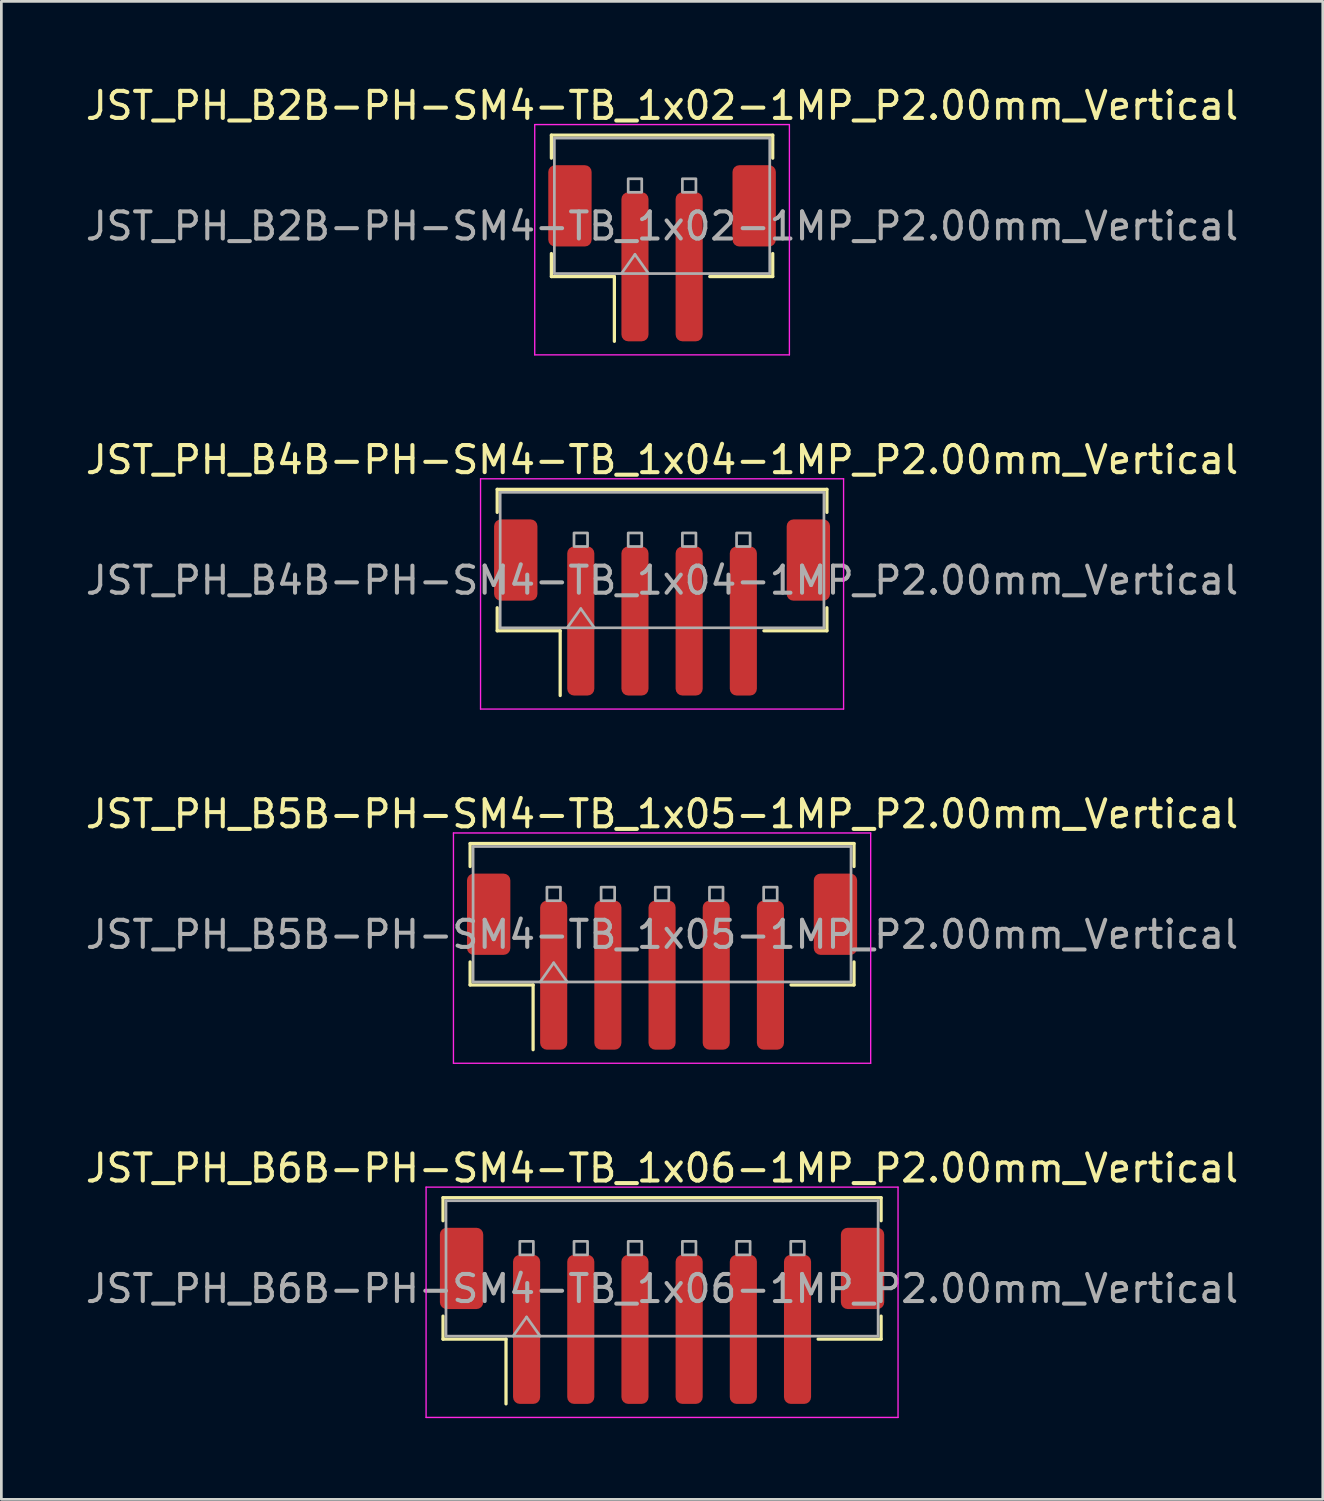
<source format=kicad_pcb>
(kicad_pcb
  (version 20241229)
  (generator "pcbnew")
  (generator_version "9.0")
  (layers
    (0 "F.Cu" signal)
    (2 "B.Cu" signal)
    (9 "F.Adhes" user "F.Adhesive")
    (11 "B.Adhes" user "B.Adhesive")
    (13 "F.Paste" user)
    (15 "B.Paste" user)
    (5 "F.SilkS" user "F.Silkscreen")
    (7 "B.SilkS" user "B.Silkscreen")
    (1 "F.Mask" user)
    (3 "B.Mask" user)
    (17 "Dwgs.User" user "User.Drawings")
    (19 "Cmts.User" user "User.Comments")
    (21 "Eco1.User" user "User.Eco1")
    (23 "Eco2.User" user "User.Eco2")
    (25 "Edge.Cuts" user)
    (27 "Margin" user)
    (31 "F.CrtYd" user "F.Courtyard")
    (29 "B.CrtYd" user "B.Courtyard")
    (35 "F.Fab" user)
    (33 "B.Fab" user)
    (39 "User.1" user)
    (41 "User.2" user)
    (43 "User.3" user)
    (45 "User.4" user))
  (footprint "JST_PH_B2B-PH-SM4-TB_1x02-1MP_P2.00mm_Vertical"
    (layer "F.Cu")
    (at 21.387 6.298)
    (property "Reference" "JST_PH_B2B-PH-SM4-TB_1x02-1MP_P2.00mm_Vertical" (at 0 -5.45 0) (layer "F.SilkS") (effects (font (size 1 1) (thickness 0.15))))
    (attr smd)
    (fp_line (start -4.085 -4.36) (end 4.085 -4.36) (stroke (width 0.12) (type solid)) (layer "F.SilkS"))
    (fp_line (start -4.085 -3.51) (end -4.085 -4.36) (stroke (width 0.12) (type solid)) (layer "F.SilkS"))
    (fp_line (start -4.085 0.01) (end -4.085 0.86) (stroke (width 0.12) (type solid)) (layer "F.SilkS"))
    (fp_line (start -4.085 0.86) (end -1.76 0.86) (stroke (width 0.12) (type solid)) (layer "F.SilkS"))
    (fp_line (start -1.76 0.86) (end -1.76 3.25) (stroke (width 0.12) (type solid)) (layer "F.SilkS"))
    (fp_line (start 4.085 -4.36) (end 4.085 -3.51) (stroke (width 0.12) (type solid)) (layer "F.SilkS"))
    (fp_line (start 4.085 0.01) (end 4.085 0.86) (stroke (width 0.12) (type solid)) (layer "F.SilkS"))
    (fp_line (start 4.085 0.86) (end 1.76 0.86) (stroke (width 0.12) (type solid)) (layer "F.SilkS"))
    (fp_line (start -4.7 -4.75) (end -4.7 3.75) (stroke (width 0.05) (type solid)) (layer "F.CrtYd"))
    (fp_line (start -4.7 3.75) (end 4.7 3.75) (stroke (width 0.05) (type solid)) (layer "F.CrtYd"))
    (fp_line (start 4.7 -4.75) (end -4.7 -4.75) (stroke (width 0.05) (type solid)) (layer "F.CrtYd"))
    (fp_line (start 4.7 3.75) (end 4.7 -4.75) (stroke (width 0.05) (type solid)) (layer "F.CrtYd"))
    (fp_line (start -3.975 -4.25) (end 3.975 -4.25) (stroke (width 0.1) (type solid)) (layer "F.Fab"))
    (fp_line (start -3.975 0.75) (end -3.975 -4.25) (stroke (width 0.1) (type solid)) (layer "F.Fab"))
    (fp_line (start -3.975 0.75) (end 3.975 0.75) (stroke (width 0.1) (type solid)) (layer "F.Fab"))
    (fp_line (start -1.5 0.75) (end -1 0.043) (stroke (width 0.1) (type solid)) (layer "F.Fab"))
    (fp_line (start -1 0.043) (end -0.5 0.75) (stroke (width 0.1) (type solid)) (layer "F.Fab"))
    (fp_line (start 3.975 0.75) (end 3.975 -4.25) (stroke (width 0.1) (type solid)) (layer "F.Fab"))
    (fp_rect (start -1.25 -2.75) (end -0.75 -2.25) (stroke (width 0.1) (type solid)) (fill no) (layer "F.Fab"))
    (fp_rect (start 0.75 -2.75) (end 1.25 -2.25) (stroke (width 0.1) (type solid)) (fill no) (layer "F.Fab"))
    (fp_text user "${REFERENCE}" (at 0 -1 0) (layer "F.Fab") (effects (font (size 1 1) (thickness 0.15))))
    (pad "1" smd roundrect (at -1 0.5) (size 1 5.5) (layers "F.Cu" "F.Mask" "F.Paste") (roundrect_rratio 0.25))
    (pad "2" smd roundrect (at 1 0.5) (size 1 5.5) (layers "F.Cu" "F.Mask" "F.Paste") (roundrect_rratio 0.25))
    (pad "MP" smd roundrect (at -3.4 -1.75) (size 1.6 3) (layers "F.Cu" "F.Mask" "F.Paste") (roundrect_rratio 0.156))
    (pad "MP" smd roundrect (at 3.4 -1.75) (size 1.6 3) (layers "F.Cu" "F.Mask" "F.Paste") (roundrect_rratio 0.156)))
  (footprint "JST_PH_B5B-PH-SM4-TB_1x05-1MP_P2.00mm_Vertical"
    (layer "F.Cu")
    (at 21.387 32.445)
    (property "Reference" "JST_PH_B5B-PH-SM4-TB_1x05-1MP_P2.00mm_Vertical" (at 0 -5.45 0) (layer "F.SilkS") (effects (font (size 1 1) (thickness 0.15))))
    (attr smd)
    (fp_line (start -7.085 -4.36) (end 7.085 -4.36) (stroke (width 0.12) (type solid)) (layer "F.SilkS"))
    (fp_line (start -7.085 -3.51) (end -7.085 -4.36) (stroke (width 0.12) (type solid)) (layer "F.SilkS"))
    (fp_line (start -7.085 0.01) (end -7.085 0.86) (stroke (width 0.12) (type solid)) (layer "F.SilkS"))
    (fp_line (start -7.085 0.86) (end -4.76 0.86) (stroke (width 0.12) (type solid)) (layer "F.SilkS"))
    (fp_line (start -4.76 0.86) (end -4.76 3.25) (stroke (width 0.12) (type solid)) (layer "F.SilkS"))
    (fp_line (start 7.085 -4.36) (end 7.085 -3.51) (stroke (width 0.12) (type solid)) (layer "F.SilkS"))
    (fp_line (start 7.085 0.01) (end 7.085 0.86) (stroke (width 0.12) (type solid)) (layer "F.SilkS"))
    (fp_line (start 7.085 0.86) (end 4.76 0.86) (stroke (width 0.12) (type solid)) (layer "F.SilkS"))
    (fp_line (start -7.7 -4.75) (end -7.7 3.75) (stroke (width 0.05) (type solid)) (layer "F.CrtYd"))
    (fp_line (start -7.7 3.75) (end 7.7 3.75) (stroke (width 0.05) (type solid)) (layer "F.CrtYd"))
    (fp_line (start 7.7 -4.75) (end -7.7 -4.75) (stroke (width 0.05) (type solid)) (layer "F.CrtYd"))
    (fp_line (start 7.7 3.75) (end 7.7 -4.75) (stroke (width 0.05) (type solid)) (layer "F.CrtYd"))
    (fp_line (start -6.975 -4.25) (end 6.975 -4.25) (stroke (width 0.1) (type solid)) (layer "F.Fab"))
    (fp_line (start -6.975 0.75) (end -6.975 -4.25) (stroke (width 0.1) (type solid)) (layer "F.Fab"))
    (fp_line (start -6.975 0.75) (end 6.975 0.75) (stroke (width 0.1) (type solid)) (layer "F.Fab"))
    (fp_line (start -4.5 0.75) (end -4 0.043) (stroke (width 0.1) (type solid)) (layer "F.Fab"))
    (fp_line (start -4 0.043) (end -3.5 0.75) (stroke (width 0.1) (type solid)) (layer "F.Fab"))
    (fp_line (start 6.975 0.75) (end 6.975 -4.25) (stroke (width 0.1) (type solid)) (layer "F.Fab"))
    (fp_rect (start -4.25 -2.75) (end -3.75 -2.25) (stroke (width 0.1) (type solid)) (fill no) (layer "F.Fab"))
    (fp_rect (start -2.25 -2.75) (end -1.75 -2.25) (stroke (width 0.1) (type solid)) (fill no) (layer "F.Fab"))
    (fp_rect (start -0.25 -2.75) (end 0.25 -2.25) (stroke (width 0.1) (type solid)) (fill no) (layer "F.Fab"))
    (fp_rect (start 1.75 -2.75) (end 2.25 -2.25) (stroke (width 0.1) (type solid)) (fill no) (layer "F.Fab"))
    (fp_rect (start 3.75 -2.75) (end 4.25 -2.25) (stroke (width 0.1) (type solid)) (fill no) (layer "F.Fab"))
    (fp_text user "${REFERENCE}" (at 0 -1 0) (layer "F.Fab") (effects (font (size 1 1) (thickness 0.15))))
    (pad "1" smd roundrect (at -4 0.5) (size 1 5.5) (layers "F.Cu" "F.Mask" "F.Paste") (roundrect_rratio 0.25))
    (pad "2" smd roundrect (at -2 0.5) (size 1 5.5) (layers "F.Cu" "F.Mask" "F.Paste") (roundrect_rratio 0.25))
    (pad "3" smd roundrect (at 0 0.5) (size 1 5.5) (layers "F.Cu" "F.Mask" "F.Paste") (roundrect_rratio 0.25))
    (pad "4" smd roundrect (at 2 0.5) (size 1 5.5) (layers "F.Cu" "F.Mask" "F.Paste") (roundrect_rratio 0.25))
    (pad "5" smd roundrect (at 4 0.5) (size 1 5.5) (layers "F.Cu" "F.Mask" "F.Paste") (roundrect_rratio 0.25))
    (pad "MP" smd roundrect (at -6.4 -1.75) (size 1.6 3) (layers "F.Cu" "F.Mask" "F.Paste") (roundrect_rratio 0.156))
    (pad "MP" smd roundrect (at 6.4 -1.75) (size 1.6 3) (layers "F.Cu" "F.Mask" "F.Paste") (roundrect_rratio 0.156)))
  (footprint "JST_PH_B6B-PH-SM4-TB_1x06-1MP_P2.00mm_Vertical"
    (layer "F.Cu")
    (at 21.387 45.518)
    (property "Reference" "JST_PH_B6B-PH-SM4-TB_1x06-1MP_P2.00mm_Vertical" (at 0 -5.45 0) (layer "F.SilkS") (effects (font (size 1 1) (thickness 0.15))))
    (attr smd)
    (fp_line (start -8.085 -4.36) (end 8.085 -4.36) (stroke (width 0.12) (type solid)) (layer "F.SilkS"))
    (fp_line (start -8.085 -3.51) (end -8.085 -4.36) (stroke (width 0.12) (type solid)) (layer "F.SilkS"))
    (fp_line (start -8.085 0.01) (end -8.085 0.86) (stroke (width 0.12) (type solid)) (layer "F.SilkS"))
    (fp_line (start -8.085 0.86) (end -5.76 0.86) (stroke (width 0.12) (type solid)) (layer "F.SilkS"))
    (fp_line (start -5.76 0.86) (end -5.76 3.25) (stroke (width 0.12) (type solid)) (layer "F.SilkS"))
    (fp_line (start 8.085 -4.36) (end 8.085 -3.51) (stroke (width 0.12) (type solid)) (layer "F.SilkS"))
    (fp_line (start 8.085 0.01) (end 8.085 0.86) (stroke (width 0.12) (type solid)) (layer "F.SilkS"))
    (fp_line (start 8.085 0.86) (end 5.76 0.86) (stroke (width 0.12) (type solid)) (layer "F.SilkS"))
    (fp_line (start -8.71 -4.75) (end -8.71 3.75) (stroke (width 0.05) (type solid)) (layer "F.CrtYd"))
    (fp_line (start -8.71 3.75) (end 8.71 3.75) (stroke (width 0.05) (type solid)) (layer "F.CrtYd"))
    (fp_line (start 8.71 -4.75) (end -8.71 -4.75) (stroke (width 0.05) (type solid)) (layer "F.CrtYd"))
    (fp_line (start 8.71 3.75) (end 8.71 -4.75) (stroke (width 0.05) (type solid)) (layer "F.CrtYd"))
    (fp_line (start -7.975 -4.25) (end 7.975 -4.25) (stroke (width 0.1) (type solid)) (layer "F.Fab"))
    (fp_line (start -7.975 0.75) (end -7.975 -4.25) (stroke (width 0.1) (type solid)) (layer "F.Fab"))
    (fp_line (start -7.975 0.75) (end 7.975 0.75) (stroke (width 0.1) (type solid)) (layer "F.Fab"))
    (fp_line (start -5.5 0.75) (end -5 0.043) (stroke (width 0.1) (type solid)) (layer "F.Fab"))
    (fp_line (start -5 0.043) (end -4.5 0.75) (stroke (width 0.1) (type solid)) (layer "F.Fab"))
    (fp_line (start 7.975 0.75) (end 7.975 -4.25) (stroke (width 0.1) (type solid)) (layer "F.Fab"))
    (fp_rect (start -5.25 -2.75) (end -4.75 -2.25) (stroke (width 0.1) (type solid)) (fill no) (layer "F.Fab"))
    (fp_rect (start -3.25 -2.75) (end -2.75 -2.25) (stroke (width 0.1) (type solid)) (fill no) (layer "F.Fab"))
    (fp_rect (start -1.25 -2.75) (end -0.75 -2.25) (stroke (width 0.1) (type solid)) (fill no) (layer "F.Fab"))
    (fp_rect (start 0.75 -2.75) (end 1.25 -2.25) (stroke (width 0.1) (type solid)) (fill no) (layer "F.Fab"))
    (fp_rect (start 2.75 -2.75) (end 3.25 -2.25) (stroke (width 0.1) (type solid)) (fill no) (layer "F.Fab"))
    (fp_rect (start 4.75 -2.75) (end 5.25 -2.25) (stroke (width 0.1) (type solid)) (fill no) (layer "F.Fab"))
    (fp_text user "${REFERENCE}" (at 0 -1 0) (layer "F.Fab") (effects (font (size 1 1) (thickness 0.15))))
    (pad "1" smd roundrect (at -5 0.5) (size 1 5.5) (layers "F.Cu" "F.Mask" "F.Paste") (roundrect_rratio 0.25))
    (pad "2" smd roundrect (at -3 0.5) (size 1 5.5) (layers "F.Cu" "F.Mask" "F.Paste") (roundrect_rratio 0.25))
    (pad "3" smd roundrect (at -1 0.5) (size 1 5.5) (layers "F.Cu" "F.Mask" "F.Paste") (roundrect_rratio 0.25))
    (pad "4" smd roundrect (at 1 0.5) (size 1 5.5) (layers "F.Cu" "F.Mask" "F.Paste") (roundrect_rratio 0.25))
    (pad "5" smd roundrect (at 3 0.5) (size 1 5.5) (layers "F.Cu" "F.Mask" "F.Paste") (roundrect_rratio 0.25))
    (pad "6" smd roundrect (at 5 0.5) (size 1 5.5) (layers "F.Cu" "F.Mask" "F.Paste") (roundrect_rratio 0.25))
    (pad "MP" smd roundrect (at -7.4 -1.75) (size 1.6 3) (layers "F.Cu" "F.Mask" "F.Paste") (roundrect_rratio 0.156))
    (pad "MP" smd roundrect (at 7.4 -1.75) (size 1.6 3) (layers "F.Cu" "F.Mask" "F.Paste") (roundrect_rratio 0.156)))
  (footprint "JST_PH_B4B-PH-SM4-TB_1x04-1MP_P2.00mm_Vertical"
    (layer "F.Cu")
    (at 21.387 19.372)
    (property "Reference" "JST_PH_B4B-PH-SM4-TB_1x04-1MP_P2.00mm_Vertical" (at 0 -5.45 0) (layer "F.SilkS") (effects (font (size 1 1) (thickness 0.15))))
    (attr smd)
    (fp_line (start -6.085 -4.36) (end 6.085 -4.36) (stroke (width 0.12) (type solid)) (layer "F.SilkS"))
    (fp_line (start -6.085 -3.51) (end -6.085 -4.36) (stroke (width 0.12) (type solid)) (layer "F.SilkS"))
    (fp_line (start -6.085 0.01) (end -6.085 0.86) (stroke (width 0.12) (type solid)) (layer "F.SilkS"))
    (fp_line (start -6.085 0.86) (end -3.76 0.86) (stroke (width 0.12) (type solid)) (layer "F.SilkS"))
    (fp_line (start -3.76 0.86) (end -3.76 3.25) (stroke (width 0.12) (type solid)) (layer "F.SilkS"))
    (fp_line (start 6.085 -4.36) (end 6.085 -3.51) (stroke (width 0.12) (type solid)) (layer "F.SilkS"))
    (fp_line (start 6.085 0.01) (end 6.085 0.86) (stroke (width 0.12) (type solid)) (layer "F.SilkS"))
    (fp_line (start 6.085 0.86) (end 3.76 0.86) (stroke (width 0.12) (type solid)) (layer "F.SilkS"))
    (fp_line (start -6.7 -4.75) (end -6.7 3.75) (stroke (width 0.05) (type solid)) (layer "F.CrtYd"))
    (fp_line (start -6.7 3.75) (end 6.7 3.75) (stroke (width 0.05) (type solid)) (layer "F.CrtYd"))
    (fp_line (start 6.7 -4.75) (end -6.7 -4.75) (stroke (width 0.05) (type solid)) (layer "F.CrtYd"))
    (fp_line (start 6.7 3.75) (end 6.7 -4.75) (stroke (width 0.05) (type solid)) (layer "F.CrtYd"))
    (fp_line (start -5.975 -4.25) (end 5.975 -4.25) (stroke (width 0.1) (type solid)) (layer "F.Fab"))
    (fp_line (start -5.975 0.75) (end -5.975 -4.25) (stroke (width 0.1) (type solid)) (layer "F.Fab"))
    (fp_line (start -5.975 0.75) (end 5.975 0.75) (stroke (width 0.1) (type solid)) (layer "F.Fab"))
    (fp_line (start -3.5 0.75) (end -3 0.043) (stroke (width 0.1) (type solid)) (layer "F.Fab"))
    (fp_line (start -3 0.043) (end -2.5 0.75) (stroke (width 0.1) (type solid)) (layer "F.Fab"))
    (fp_line (start 5.975 0.75) (end 5.975 -4.25) (stroke (width 0.1) (type solid)) (layer "F.Fab"))
    (fp_rect (start -3.25 -2.75) (end -2.75 -2.25) (stroke (width 0.1) (type solid)) (fill no) (layer "F.Fab"))
    (fp_rect (start -1.25 -2.75) (end -0.75 -2.25) (stroke (width 0.1) (type solid)) (fill no) (layer "F.Fab"))
    (fp_rect (start 0.75 -2.75) (end 1.25 -2.25) (stroke (width 0.1) (type solid)) (fill no) (layer "F.Fab"))
    (fp_rect (start 2.75 -2.75) (end 3.25 -2.25) (stroke (width 0.1) (type solid)) (fill no) (layer "F.Fab"))
    (fp_text user "${REFERENCE}" (at 0 -1 0) (layer "F.Fab") (effects (font (size 1 1) (thickness 0.15))))
    (pad "1" smd roundrect (at -3 0.5) (size 1 5.5) (layers "F.Cu" "F.Mask" "F.Paste") (roundrect_rratio 0.25))
    (pad "2" smd roundrect (at -1 0.5) (size 1 5.5) (layers "F.Cu" "F.Mask" "F.Paste") (roundrect_rratio 0.25))
    (pad "3" smd roundrect (at 1 0.5) (size 1 5.5) (layers "F.Cu" "F.Mask" "F.Paste") (roundrect_rratio 0.25))
    (pad "4" smd roundrect (at 3 0.5) (size 1 5.5) (layers "F.Cu" "F.Mask" "F.Paste") (roundrect_rratio 0.25))
    (pad "MP" smd roundrect (at -5.4 -1.75) (size 1.6 3) (layers "F.Cu" "F.Mask" "F.Paste") (roundrect_rratio 0.156))
    (pad "MP" smd roundrect (at 5.4 -1.75) (size 1.6 3) (layers "F.Cu" "F.Mask" "F.Paste") (roundrect_rratio 0.156)))
  (gr_rect
    (start -3 -3)
    (end 45.774 52.293)
    (stroke (width 0.1) (type default))
    (fill no)
    (layer "Edge.Cuts")))
</source>
